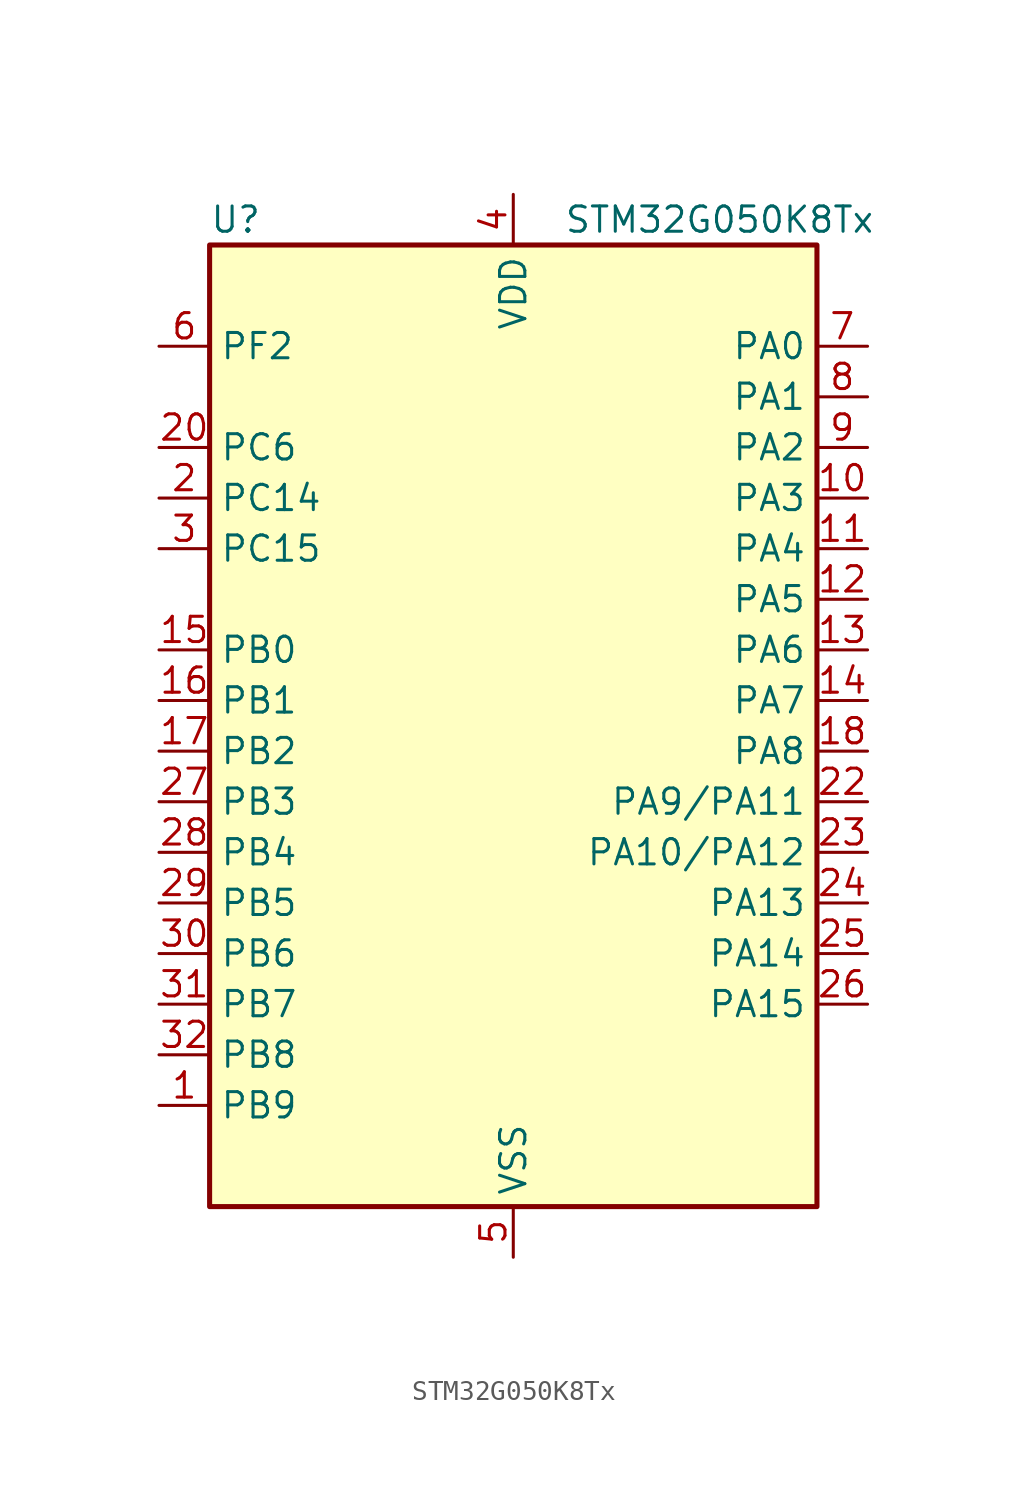
<source format=kicad_sym>
(kicad_symbol_lib
  (version 20241209)
  (generator "kicad_symbol_editor")
  (generator_version "9.0")
  (symbol "STM32G050K8Tx"
    (property "Reference" "U"
      (at -15.24 26.67 0)
      (effects (font (size 1.27 1.27)) (justify left)))
    (property "Value" "STM32G050K8Tx"
      (at 2.54 26.67 0)
      (effects (font (size 1.27 1.27)) (justify left)))
    (symbol "STM32G050K8Tx_0_1"
      (rectangle (start -15.24 -22.86) (end 15.24 25.4) (stroke (width 0.254) (type default)) (fill (type background))))
    (symbol "STM32G050K8Tx_1_1"
      (pin bidirectional line (at -17.78 20.32 0) (length 2.54) (name "PF2" (effects (font (size 1.27 1.27)))) (number "6" (effects (font (size 1.27 1.27)))) (alternate "RCC_MCO" bidirectional line))
      (pin bidirectional line (at -17.78 15.24 0) (length 2.54) (name "PC6" (effects (font (size 1.27 1.27)))) (number "20" (effects (font (size 1.27 1.27)))) (alternate "TIM3_CH1" bidirectional line))
      (pin bidirectional line (at -17.78 12.7 0) (length 2.54) (name "PC14" (effects (font (size 1.27 1.27)))) (number "2" (effects (font (size 1.27 1.27)))) (alternate "RCC_OSC32_IN" bidirectional line) (alternate "RCC_OSC_IN" bidirectional line) (alternate "TIM1_BK2" bidirectional line))
      (pin bidirectional line (at -17.78 10.16 0) (length 2.54) (name "PC15" (effects (font (size 1.27 1.27)))) (number "3" (effects (font (size 1.27 1.27)))) (alternate "RCC_OSC32_EN" bidirectional line) (alternate "RCC_OSC32_OUT" bidirectional line) (alternate "RCC_OSC_EN" bidirectional line) (alternate "TIM15_BK" bidirectional line))
      (pin bidirectional line (at -17.78 5.08 0) (length 2.54) (name "PB0" (effects (font (size 1.27 1.27)))) (number "15" (effects (font (size 1.27 1.27)))) (alternate "ADC1_IN8" bidirectional line) (alternate "I2S1_WS" bidirectional line) (alternate "SPI1_NSS" bidirectional line) (alternate "TIM1_CH2N" bidirectional line) (alternate "TIM3_CH3" bidirectional line))
      (pin bidirectional line (at -17.78 2.54 0) (length 2.54) (name "PB1" (effects (font (size 1.27 1.27)))) (number "16" (effects (font (size 1.27 1.27)))) (alternate "ADC1_IN9" bidirectional line) (alternate "TIM14_CH1" bidirectional line) (alternate "TIM1_CH3N" bidirectional line) (alternate "TIM3_CH4" bidirectional line))
      (pin bidirectional line (at -17.78 0 0) (length 2.54) (name "PB2" (effects (font (size 1.27 1.27)))) (number "17" (effects (font (size 1.27 1.27)))) (alternate "ADC1_IN10" bidirectional line) (alternate "SPI2_MISO" bidirectional line))
      (pin bidirectional line (at -17.78 -2.54 0) (length 2.54) (name "PB3" (effects (font (size 1.27 1.27)))) (number "27" (effects (font (size 1.27 1.27)))) (alternate "I2S1_CK" bidirectional line) (alternate "SPI1_SCK" bidirectional line) (alternate "TIM1_CH2" bidirectional line) (alternate "USART1_CK" bidirectional line) (alternate "USART1_DE" bidirectional line) (alternate "USART1_RTS" bidirectional line))
      (pin bidirectional line (at -17.78 -5.08 0) (length 2.54) (name "PB4" (effects (font (size 1.27 1.27)))) (number "28" (effects (font (size 1.27 1.27)))) (alternate "I2S1_MCK" bidirectional line) (alternate "SPI1_MISO" bidirectional line) (alternate "TIM17_BK" bidirectional line) (alternate "TIM3_CH1" bidirectional line) (alternate "USART1_CTS" bidirectional line) (alternate "USART1_NSS" bidirectional line))
      (pin bidirectional line (at -17.78 -7.62 0) (length 2.54) (name "PB5" (effects (font (size 1.27 1.27)))) (number "29" (effects (font (size 1.27 1.27)))) (alternate "I2C1_SMBA" bidirectional line) (alternate "I2S1_SD" bidirectional line) (alternate "SPI1_MOSI" bidirectional line) (alternate "SYS_WKUP6" bidirectional line) (alternate "TIM16_BK" bidirectional line) (alternate "TIM3_CH2" bidirectional line))
      (pin bidirectional line (at -17.78 -10.16 0) (length 2.54) (name "PB6" (effects (font (size 1.27 1.27)))) (number "30" (effects (font (size 1.27 1.27)))) (alternate "I2C1_SCL" bidirectional line) (alternate "SPI2_MISO" bidirectional line) (alternate "TIM16_CH1N" bidirectional line) (alternate "TIM1_CH3" bidirectional line) (alternate "USART1_TX" bidirectional line))
      (pin bidirectional line (at -17.78 -12.7 0) (length 2.54) (name "PB7" (effects (font (size 1.27 1.27)))) (number "31" (effects (font (size 1.27 1.27)))) (alternate "ADC1_IN11" bidirectional line) (alternate "I2C1_SDA" bidirectional line) (alternate "SPI2_MOSI" bidirectional line) (alternate "SYS_PVD_IN" bidirectional line) (alternate "TIM17_CH1N" bidirectional line) (alternate "USART1_RX" bidirectional line))
      (pin bidirectional line (at -17.78 -15.24 0) (length 2.54) (name "PB8" (effects (font (size 1.27 1.27)))) (number "32" (effects (font (size 1.27 1.27)))) (alternate "I2C1_SCL" bidirectional line) (alternate "SPI2_SCK" bidirectional line) (alternate "TIM15_BK" bidirectional line) (alternate "TIM16_CH1" bidirectional line))
      (pin bidirectional line (at -17.78 -17.78 0) (length 2.54) (name "PB9" (effects (font (size 1.27 1.27)))) (number "1" (effects (font (size 1.27 1.27)))) (alternate "I2C1_SDA" bidirectional line) (alternate "IR_OUT" bidirectional line) (alternate "SPI2_NSS" bidirectional line) (alternate "TIM17_CH1" bidirectional line))
      (pin no_connect line (at -15.24 -20.32 0) (length 2.54) (hide yes) (name "NC/PA10" (effects (font (size 1.27 1.27)))) (number "21" (effects (font (size 1.27 1.27)))) (alternate "I2C1_SDA (PA10)" bidirectional line) (alternate "NC" bidirectional line) (alternate "PA10" bidirectional line) (alternate "SPI2_MOSI (PA10)" bidirectional line) (alternate "TIM17_BK (PA10)" bidirectional line) (alternate "TIM1_CH3 (PA10)" bidirectional line) (alternate "USART1_RX (PA10)" bidirectional line))
      (pin no_connect line (at -15.24 -22.86 0) (length 2.54) (hide yes) (name "NC/PA9" (effects (font (size 1.27 1.27)))) (number "19" (effects (font (size 1.27 1.27)))) (alternate "I2C1_SCL (PA9)" bidirectional line) (alternate "NC" bidirectional line) (alternate "PA9" bidirectional line) (alternate "RCC_MCO (PA9)" bidirectional line) (alternate "SPI2_MISO (PA9)" bidirectional line) (alternate "TIM15_BK (PA9)" bidirectional line) (alternate "TIM1_CH2 (PA9)" bidirectional line) (alternate "USART1_TX (PA9)" bidirectional line))
      (pin power_in line (at 0 27.94 270) (length 2.54) (name "VDD" (effects (font (size 1.27 1.27)))) (number "4" (effects (font (size 1.27 1.27)))))
      (pin power_in line (at 0 -25.4 90) (length 2.54) (name "VSS" (effects (font (size 1.27 1.27)))) (number "5" (effects (font (size 1.27 1.27)))))
      (pin bidirectional line (at 17.78 20.32 180) (length 2.54) (name "PA0" (effects (font (size 1.27 1.27)))) (number "7" (effects (font (size 1.27 1.27)))) (alternate "ADC1_IN0" bidirectional line) (alternate "RTC_TAMP_IN2" bidirectional line) (alternate "SPI2_SCK" bidirectional line) (alternate "SYS_WKUP1" bidirectional line) (alternate "USART2_CTS" bidirectional line) (alternate "USART2_NSS" bidirectional line))
      (pin bidirectional line (at 17.78 17.78 180) (length 2.54) (name "PA1" (effects (font (size 1.27 1.27)))) (number "8" (effects (font (size 1.27 1.27)))) (alternate "ADC1_IN1" bidirectional line) (alternate "I2C1_SMBA" bidirectional line) (alternate "I2S1_CK" bidirectional line) (alternate "SPI1_SCK" bidirectional line) (alternate "TIM15_CH1N" bidirectional line) (alternate "USART2_CK" bidirectional line) (alternate "USART2_DE" bidirectional line) (alternate "USART2_RTS" bidirectional line))
      (pin bidirectional line (at 17.78 15.24 180) (length 2.54) (name "PA2" (effects (font (size 1.27 1.27)))) (number "9" (effects (font (size 1.27 1.27)))) (alternate "ADC1_IN2" bidirectional line) (alternate "I2S1_SD" bidirectional line) (alternate "RCC_LSCO" bidirectional line) (alternate "SPI1_MOSI" bidirectional line) (alternate "SYS_WKUP4" bidirectional line) (alternate "TIM15_CH1" bidirectional line) (alternate "USART2_TX" bidirectional line))
      (pin bidirectional line (at 17.78 12.7 180) (length 2.54) (name "PA3" (effects (font (size 1.27 1.27)))) (number "10" (effects (font (size 1.27 1.27)))) (alternate "ADC1_IN3" bidirectional line) (alternate "SPI2_MISO" bidirectional line) (alternate "TIM15_CH2" bidirectional line) (alternate "USART2_RX" bidirectional line))
      (pin bidirectional line (at 17.78 10.16 180) (length 2.54) (name "PA4" (effects (font (size 1.27 1.27)))) (number "11" (effects (font (size 1.27 1.27)))) (alternate "ADC1_IN4" bidirectional line) (alternate "I2S1_WS" bidirectional line) (alternate "RTC_OUT1" bidirectional line) (alternate "RTC_TAMP_IN1" bidirectional line) (alternate "RTC_TS" bidirectional line) (alternate "SPI1_NSS" bidirectional line) (alternate "SPI2_MOSI" bidirectional line) (alternate "SYS_WKUP2" bidirectional line) (alternate "TIM14_CH1" bidirectional line))
      (pin bidirectional line (at 17.78 7.62 180) (length 2.54) (name "PA5" (effects (font (size 1.27 1.27)))) (number "12" (effects (font (size 1.27 1.27)))) (alternate "ADC1_IN5" bidirectional line) (alternate "I2S1_CK" bidirectional line) (alternate "SPI1_SCK" bidirectional line))
      (pin bidirectional line (at 17.78 5.08 180) (length 2.54) (name "PA6" (effects (font (size 1.27 1.27)))) (number "13" (effects (font (size 1.27 1.27)))) (alternate "ADC1_IN6" bidirectional line) (alternate "I2S1_MCK" bidirectional line) (alternate "SPI1_MISO" bidirectional line) (alternate "TIM16_CH1" bidirectional line) (alternate "TIM1_BK" bidirectional line) (alternate "TIM3_CH1" bidirectional line))
      (pin bidirectional line (at 17.78 2.54 180) (length 2.54) (name "PA7" (effects (font (size 1.27 1.27)))) (number "14" (effects (font (size 1.27 1.27)))) (alternate "ADC1_IN7" bidirectional line) (alternate "I2S1_SD" bidirectional line) (alternate "SPI1_MOSI" bidirectional line) (alternate "TIM14_CH1" bidirectional line) (alternate "TIM17_CH1" bidirectional line) (alternate "TIM1_CH1N" bidirectional line) (alternate "TIM3_CH2" bidirectional line))
      (pin bidirectional line (at 17.78 0 180) (length 2.54) (name "PA8" (effects (font (size 1.27 1.27)))) (number "18" (effects (font (size 1.27 1.27)))) (alternate "RCC_MCO" bidirectional line) (alternate "SPI2_NSS" bidirectional line) (alternate "TIM1_CH1" bidirectional line))
      (pin bidirectional line (at 17.78 -2.54 180) (length 2.54) (name "PA9/PA11" (effects (font (size 1.27 1.27)))) (number "22" (effects (font (size 1.27 1.27)))) (alternate "ADC1_EXTI11 (PA11)" bidirectional line) (alternate "ADC1_IN15 (PA11)" bidirectional line) (alternate "I2C1_SCL (PA9)" bidirectional line) (alternate "I2C2_SCL (PA11)" bidirectional line) (alternate "I2S1_MCK (PA11)" bidirectional line) (alternate "PA11" bidirectional line) (alternate "PA9" bidirectional line) (alternate "RCC_MCO (PA9)" bidirectional line) (alternate "SPI1_MISO (PA11)" bidirectional line) (alternate "SPI2_MISO (PA9)" bidirectional line) (alternate "TIM15_BK (PA9)" bidirectional line) (alternate "TIM1_BK2 (PA11)" bidirectional line) (alternate "TIM1_CH2 (PA9)" bidirectional line) (alternate "TIM1_CH4 (PA11)" bidirectional line) (alternate "USART1_CTS (PA11)" bidirectional line) (alternate "USART1_NSS (PA11)" bidirectional line) (alternate "USART1_TX (PA9)" bidirectional line))
      (pin bidirectional line (at 17.78 -5.08 180) (length 2.54) (name "PA10/PA12" (effects (font (size 1.27 1.27)))) (number "23" (effects (font (size 1.27 1.27)))) (alternate "ADC1_IN16 (PA12)" bidirectional line) (alternate "I2C1_SDA (PA10)" bidirectional line) (alternate "I2C2_SDA (PA12)" bidirectional line) (alternate "I2S1_SD (PA12)" bidirectional line) (alternate "I2S_CKIN (PA12)" bidirectional line) (alternate "PA10" bidirectional line) (alternate "PA12" bidirectional line) (alternate "SPI1_MOSI (PA12)" bidirectional line) (alternate "SPI2_MOSI (PA10)" bidirectional line) (alternate "TIM17_BK (PA10)" bidirectional line) (alternate "TIM1_CH3 (PA10)" bidirectional line) (alternate "TIM1_ETR (PA12)" bidirectional line) (alternate "USART1_CK (PA12)" bidirectional line) (alternate "USART1_DE (PA12)" bidirectional line) (alternate "USART1_RTS (PA12)" bidirectional line) (alternate "USART1_RX (PA10)" bidirectional line))
      (pin bidirectional line (at 17.78 -7.62 180) (length 2.54) (name "PA13" (effects (font (size 1.27 1.27)))) (number "24" (effects (font (size 1.27 1.27)))) (alternate "ADC1_IN17" bidirectional line) (alternate "IR_OUT" bidirectional line) (alternate "SYS_SWDIO" bidirectional line))
      (pin bidirectional line (at 17.78 -10.16 180) (length 2.54) (name "PA14" (effects (font (size 1.27 1.27)))) (number "25" (effects (font (size 1.27 1.27)))) (alternate "ADC1_IN18" bidirectional line) (alternate "SYS_SWCLK" bidirectional line) (alternate "USART2_TX" bidirectional line))
      (pin bidirectional line (at 17.78 -12.7 180) (length 2.54) (name "PA15" (effects (font (size 1.27 1.27)))) (number "26" (effects (font (size 1.27 1.27)))) (alternate "I2S1_WS" bidirectional line) (alternate "SPI1_NSS" bidirectional line) (alternate "USART2_RX" bidirectional line)))))
</source>
